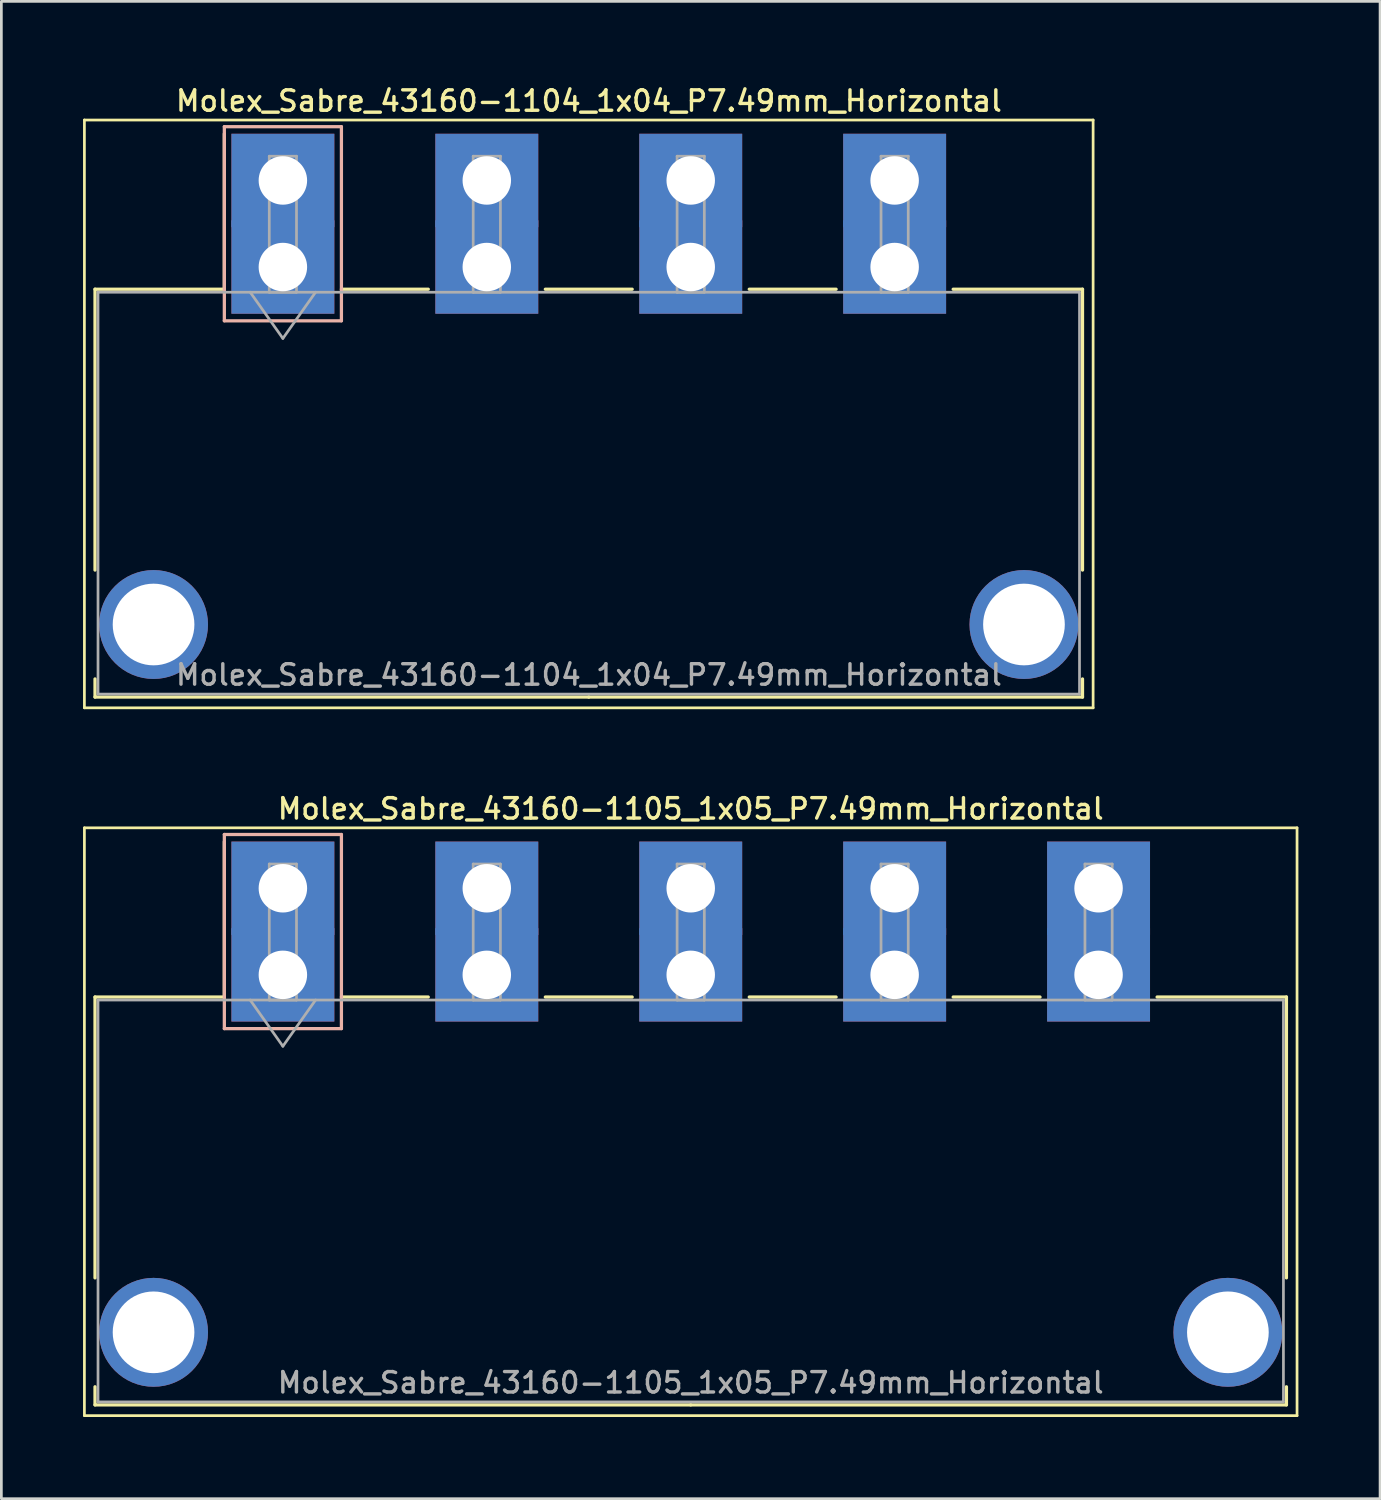
<source format=kicad_pcb>
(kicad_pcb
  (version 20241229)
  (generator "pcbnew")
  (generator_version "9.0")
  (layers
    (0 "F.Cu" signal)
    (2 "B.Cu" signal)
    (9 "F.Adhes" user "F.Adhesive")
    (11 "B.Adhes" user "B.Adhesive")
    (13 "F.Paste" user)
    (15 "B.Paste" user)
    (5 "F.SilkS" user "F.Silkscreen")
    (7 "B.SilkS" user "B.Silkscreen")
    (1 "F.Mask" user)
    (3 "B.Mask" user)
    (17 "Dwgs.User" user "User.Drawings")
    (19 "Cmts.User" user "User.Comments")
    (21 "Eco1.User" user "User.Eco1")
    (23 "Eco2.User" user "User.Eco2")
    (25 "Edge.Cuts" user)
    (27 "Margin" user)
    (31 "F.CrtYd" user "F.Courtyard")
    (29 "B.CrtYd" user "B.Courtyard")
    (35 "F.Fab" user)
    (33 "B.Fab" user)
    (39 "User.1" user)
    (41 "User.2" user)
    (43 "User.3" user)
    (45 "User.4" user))
  (footprint "Molex_Sabre_43160-1104_1x04_P7.49mm_Horizontal"
    (layer "F.Cu")
    (at 7.34 6.758)
    (property "Reference" "Molex_Sabre_43160-1104_1x04_P7.49mm_Horizontal" (at 11.24 -6.1 0) (layer "F.SilkS") (effects (font (size 0.75 0.75) (thickness 0.125))))
    (attr through_hole)
    (fp_line (start -7.29 -5.4) (end -7.29 16.19) (stroke (width 0.1) (type solid)) (layer "F.SilkS"))
    (fp_line (start -7.29 16.19) (end 29.76 16.19) (stroke (width 0.1) (type solid)) (layer "F.SilkS"))
    (fp_line (start -6.9 0.815) (end -6.9 11.13) (stroke (width 0.12) (type solid)) (layer "F.SilkS"))
    (fp_line (start -6.9 15.13) (end -6.9 15.795) (stroke (width 0.12) (type solid)) (layer "F.SilkS"))
    (fp_line (start -6.9 15.795) (end 11.235 15.795) (stroke (width 0.12) (type solid)) (layer "F.SilkS"))
    (fp_line (start -2.15 0.815) (end -6.9 0.815) (stroke (width 0.12) (type solid)) (layer "F.SilkS"))
    (fp_line (start -2.15 0.815) (end -2.15 -4.895) (stroke (width 0.12) (type solid)) (layer "F.SilkS"))
    (fp_line (start 2.15 0.815) (end 5.34 0.815) (stroke (width 0.12) (type solid)) (layer "F.SilkS"))
    (fp_line (start 9.64 0.815) (end 12.83 0.815) (stroke (width 0.12) (type solid)) (layer "F.SilkS"))
    (fp_line (start 17.13 0.815) (end 20.32 0.815) (stroke (width 0.12) (type solid)) (layer "F.SilkS"))
    (fp_line (start 24.62 0.815) (end 29.37 0.815) (stroke (width 0.12) (type solid)) (layer "F.SilkS"))
    (fp_line (start 29.37 0.815) (end 29.37 11.13) (stroke (width 0.12) (type solid)) (layer "F.SilkS"))
    (fp_line (start 29.37 15.13) (end 29.37 15.795) (stroke (width 0.12) (type solid)) (layer "F.SilkS"))
    (fp_line (start 29.37 15.795) (end 11.235 15.795) (stroke (width 0.12) (type solid)) (layer "F.SilkS"))
    (fp_line (start 29.76 -5.4) (end -7.29 -5.4) (stroke (width 0.1) (type solid)) (layer "F.SilkS"))
    (fp_line (start 29.76 16.19) (end 29.76 -5.4) (stroke (width 0.1) (type solid)) (layer "F.SilkS"))
    (fp_line (start -2.15 -5.155) (end -2.15 1.975) (stroke (width 0.12) (type solid)) (layer "B.SilkS"))
    (fp_line (start -2.15 1.975) (end 2.15 1.975) (stroke (width 0.12) (type solid)) (layer "B.SilkS"))
    (fp_line (start 2.15 -5.155) (end -2.15 -5.155) (stroke (width 0.12) (type solid)) (layer "B.SilkS"))
    (fp_line (start 2.15 1.975) (end 2.15 -5.155) (stroke (width 0.12) (type solid)) (layer "B.SilkS"))
    (fp_line (start -6.79 0.925) (end -6.79 15.685) (stroke (width 0.1) (type solid)) (layer "F.Fab"))
    (fp_line (start -6.79 15.685) (end 29.26 15.685) (stroke (width 0.1) (type solid)) (layer "F.Fab"))
    (fp_line (start -1.2 0.925) (end 0 2.622) (stroke (width 0.1) (type solid)) (layer "F.Fab"))
    (fp_line (start -0.5 -4.07) (end 0.5 -4.07) (stroke (width 0.1) (type solid)) (layer "F.Fab"))
    (fp_line (start -0.5 0.925) (end -0.5 -4.07) (stroke (width 0.1) (type solid)) (layer "F.Fab"))
    (fp_line (start 0 2.622) (end 1.2 0.925) (stroke (width 0.1) (type solid)) (layer "F.Fab"))
    (fp_line (start 0.5 -4.07) (end 0.5 0.925) (stroke (width 0.1) (type solid)) (layer "F.Fab"))
    (fp_line (start 0.5 0.925) (end -0.5 0.925) (stroke (width 0.1) (type solid)) (layer "F.Fab"))
    (fp_line (start 6.99 -4.07) (end 7.99 -4.07) (stroke (width 0.1) (type solid)) (layer "F.Fab"))
    (fp_line (start 6.99 0.925) (end 6.99 -4.07) (stroke (width 0.1) (type solid)) (layer "F.Fab"))
    (fp_line (start 7.99 -4.07) (end 7.99 0.925) (stroke (width 0.1) (type solid)) (layer "F.Fab"))
    (fp_line (start 7.99 0.925) (end 6.99 0.925) (stroke (width 0.1) (type solid)) (layer "F.Fab"))
    (fp_line (start 14.48 -4.07) (end 15.48 -4.07) (stroke (width 0.1) (type solid)) (layer "F.Fab"))
    (fp_line (start 14.48 0.925) (end 14.48 -4.07) (stroke (width 0.1) (type solid)) (layer "F.Fab"))
    (fp_line (start 15.48 -4.07) (end 15.48 0.925) (stroke (width 0.1) (type solid)) (layer "F.Fab"))
    (fp_line (start 15.48 0.925) (end 14.48 0.925) (stroke (width 0.1) (type solid)) (layer "F.Fab"))
    (fp_line (start 21.97 -4.07) (end 22.97 -4.07) (stroke (width 0.1) (type solid)) (layer "F.Fab"))
    (fp_line (start 21.97 0.925) (end 21.97 -4.07) (stroke (width 0.1) (type solid)) (layer "F.Fab"))
    (fp_line (start 22.97 -4.07) (end 22.97 0.925) (stroke (width 0.1) (type solid)) (layer "F.Fab"))
    (fp_line (start 22.97 0.925) (end 21.97 0.925) (stroke (width 0.1) (type solid)) (layer "F.Fab"))
    (fp_line (start 29.26 0.925) (end -6.79 0.925) (stroke (width 0.1) (type solid)) (layer "F.Fab"))
    (fp_line (start 29.26 15.685) (end 29.26 0.925) (stroke (width 0.1) (type solid)) (layer "F.Fab"))
    (fp_text user "${REFERENCE}" (at 11.24 14.98 0) (layer "F.Fab") (effects (font (size 0.75 0.75) (thickness 0.125))))
    (pad "" thru_hole circle (at -4.75 13.13) (size 4 4) (drill 3) (layers "*.Cu" "*.Mask"))
    (pad "" thru_hole circle (at 27.22 13.13) (size 4 4) (drill 3) (layers "*.Cu" "*.Mask"))
    (pad "1" thru_hole rect (at 0 -3.18) (size 3.78 3.43) (drill 1.78) (layers "*.Cu" "*.Mask"))
    (pad "1" thru_hole rect (at 0 0) (size 3.78 3.43) (drill 1.78) (layers "*.Cu" "*.Mask"))
    (pad "2" thru_hole rect (at 7.49 -3.18) (size 3.78 3.43) (drill 1.78) (layers "*.Cu" "*.Mask"))
    (pad "2" thru_hole rect (at 7.49 0) (size 3.78 3.43) (drill 1.78) (layers "*.Cu" "*.Mask"))
    (pad "3" thru_hole rect (at 14.98 -3.18) (size 3.78 3.43) (drill 1.78) (layers "*.Cu" "*.Mask"))
    (pad "3" thru_hole rect (at 14.98 0) (size 3.78 3.43) (drill 1.78) (layers "*.Cu" "*.Mask"))
    (pad "4" thru_hole rect (at 22.47 -3.18) (size 3.78 3.43) (drill 1.78) (layers "*.Cu" "*.Mask"))
    (pad "4" thru_hole rect (at 22.47 0) (size 3.78 3.43) (drill 1.78) (layers "*.Cu" "*.Mask")))
  (footprint "Molex_Sabre_43160-1105_1x05_P7.49mm_Horizontal"
    (layer "F.Cu")
    (at 7.34 32.756)
    (property "Reference" "Molex_Sabre_43160-1105_1x05_P7.49mm_Horizontal" (at 14.98 -6.1 0) (layer "F.SilkS") (effects (font (size 0.75 0.75) (thickness 0.125))))
    (attr through_hole)
    (fp_line (start -7.29 -5.4) (end -7.29 16.19) (stroke (width 0.1) (type solid)) (layer "F.SilkS"))
    (fp_line (start -7.29 16.19) (end 37.25 16.19) (stroke (width 0.1) (type solid)) (layer "F.SilkS"))
    (fp_line (start -6.9 0.815) (end -6.9 11.13) (stroke (width 0.12) (type solid)) (layer "F.SilkS"))
    (fp_line (start -6.9 15.13) (end -6.9 15.795) (stroke (width 0.12) (type solid)) (layer "F.SilkS"))
    (fp_line (start -6.9 15.795) (end 14.98 15.795) (stroke (width 0.12) (type solid)) (layer "F.SilkS"))
    (fp_line (start -2.15 0.815) (end -6.9 0.815) (stroke (width 0.12) (type solid)) (layer "F.SilkS"))
    (fp_line (start -2.15 0.815) (end -2.15 -4.895) (stroke (width 0.12) (type solid)) (layer "F.SilkS"))
    (fp_line (start 2.15 0.815) (end 5.34 0.815) (stroke (width 0.12) (type solid)) (layer "F.SilkS"))
    (fp_line (start 9.64 0.815) (end 12.83 0.815) (stroke (width 0.12) (type solid)) (layer "F.SilkS"))
    (fp_line (start 17.13 0.815) (end 20.32 0.815) (stroke (width 0.12) (type solid)) (layer "F.SilkS"))
    (fp_line (start 24.62 0.815) (end 27.81 0.815) (stroke (width 0.12) (type solid)) (layer "F.SilkS"))
    (fp_line (start 32.11 0.815) (end 36.86 0.815) (stroke (width 0.12) (type solid)) (layer "F.SilkS"))
    (fp_line (start 36.86 0.815) (end 36.86 11.13) (stroke (width 0.12) (type solid)) (layer "F.SilkS"))
    (fp_line (start 36.86 15.13) (end 36.86 15.795) (stroke (width 0.12) (type solid)) (layer "F.SilkS"))
    (fp_line (start 36.86 15.795) (end 14.98 15.795) (stroke (width 0.12) (type solid)) (layer "F.SilkS"))
    (fp_line (start 37.25 -5.4) (end -7.29 -5.4) (stroke (width 0.1) (type solid)) (layer "F.SilkS"))
    (fp_line (start 37.25 16.19) (end 37.25 -5.4) (stroke (width 0.1) (type solid)) (layer "F.SilkS"))
    (fp_line (start -2.15 -5.155) (end -2.15 1.975) (stroke (width 0.12) (type solid)) (layer "B.SilkS"))
    (fp_line (start -2.15 1.975) (end 2.15 1.975) (stroke (width 0.12) (type solid)) (layer "B.SilkS"))
    (fp_line (start 2.15 -5.155) (end -2.15 -5.155) (stroke (width 0.12) (type solid)) (layer "B.SilkS"))
    (fp_line (start 2.15 1.975) (end 2.15 -5.155) (stroke (width 0.12) (type solid)) (layer "B.SilkS"))
    (fp_line (start -6.79 0.925) (end -6.79 15.685) (stroke (width 0.1) (type solid)) (layer "F.Fab"))
    (fp_line (start -6.79 15.685) (end 36.75 15.685) (stroke (width 0.1) (type solid)) (layer "F.Fab"))
    (fp_line (start -1.2 0.925) (end 0 2.622) (stroke (width 0.1) (type solid)) (layer "F.Fab"))
    (fp_line (start -0.5 -4.07) (end 0.5 -4.07) (stroke (width 0.1) (type solid)) (layer "F.Fab"))
    (fp_line (start -0.5 0.925) (end -0.5 -4.07) (stroke (width 0.1) (type solid)) (layer "F.Fab"))
    (fp_line (start 0 2.622) (end 1.2 0.925) (stroke (width 0.1) (type solid)) (layer "F.Fab"))
    (fp_line (start 0.5 -4.07) (end 0.5 0.925) (stroke (width 0.1) (type solid)) (layer "F.Fab"))
    (fp_line (start 0.5 0.925) (end -0.5 0.925) (stroke (width 0.1) (type solid)) (layer "F.Fab"))
    (fp_line (start 6.99 -4.07) (end 7.99 -4.07) (stroke (width 0.1) (type solid)) (layer "F.Fab"))
    (fp_line (start 6.99 0.925) (end 6.99 -4.07) (stroke (width 0.1) (type solid)) (layer "F.Fab"))
    (fp_line (start 7.99 -4.07) (end 7.99 0.925) (stroke (width 0.1) (type solid)) (layer "F.Fab"))
    (fp_line (start 7.99 0.925) (end 6.99 0.925) (stroke (width 0.1) (type solid)) (layer "F.Fab"))
    (fp_line (start 14.48 -4.07) (end 15.48 -4.07) (stroke (width 0.1) (type solid)) (layer "F.Fab"))
    (fp_line (start 14.48 0.925) (end 14.48 -4.07) (stroke (width 0.1) (type solid)) (layer "F.Fab"))
    (fp_line (start 15.48 -4.07) (end 15.48 0.925) (stroke (width 0.1) (type solid)) (layer "F.Fab"))
    (fp_line (start 15.48 0.925) (end 14.48 0.925) (stroke (width 0.1) (type solid)) (layer "F.Fab"))
    (fp_line (start 21.97 -4.07) (end 22.97 -4.07) (stroke (width 0.1) (type solid)) (layer "F.Fab"))
    (fp_line (start 21.97 0.925) (end 21.97 -4.07) (stroke (width 0.1) (type solid)) (layer "F.Fab"))
    (fp_line (start 22.97 -4.07) (end 22.97 0.925) (stroke (width 0.1) (type solid)) (layer "F.Fab"))
    (fp_line (start 22.97 0.925) (end 21.97 0.925) (stroke (width 0.1) (type solid)) (layer "F.Fab"))
    (fp_line (start 29.46 -4.07) (end 30.46 -4.07) (stroke (width 0.1) (type solid)) (layer "F.Fab"))
    (fp_line (start 29.46 0.925) (end 29.46 -4.07) (stroke (width 0.1) (type solid)) (layer "F.Fab"))
    (fp_line (start 30.46 -4.07) (end 30.46 0.925) (stroke (width 0.1) (type solid)) (layer "F.Fab"))
    (fp_line (start 30.46 0.925) (end 29.46 0.925) (stroke (width 0.1) (type solid)) (layer "F.Fab"))
    (fp_line (start 36.75 0.925) (end -6.79 0.925) (stroke (width 0.1) (type solid)) (layer "F.Fab"))
    (fp_line (start 36.75 15.685) (end 36.75 0.925) (stroke (width 0.1) (type solid)) (layer "F.Fab"))
    (fp_text user "${REFERENCE}" (at 14.98 14.98 0) (layer "F.Fab") (effects (font (size 0.75 0.75) (thickness 0.125))))
    (pad "" thru_hole circle (at -4.75 13.13) (size 4 4) (drill 3) (layers "*.Cu" "*.Mask"))
    (pad "" thru_hole circle (at 34.71 13.13) (size 4 4) (drill 3) (layers "*.Cu" "*.Mask"))
    (pad "1" thru_hole rect (at 0 -3.18) (size 3.78 3.43) (drill 1.78) (layers "*.Cu" "*.Mask"))
    (pad "1" thru_hole rect (at 0 0) (size 3.78 3.43) (drill 1.78) (layers "*.Cu" "*.Mask"))
    (pad "2" thru_hole rect (at 7.49 -3.18) (size 3.78 3.43) (drill 1.78) (layers "*.Cu" "*.Mask"))
    (pad "2" thru_hole rect (at 7.49 0) (size 3.78 3.43) (drill 1.78) (layers "*.Cu" "*.Mask"))
    (pad "3" thru_hole rect (at 14.98 -3.18) (size 3.78 3.43) (drill 1.78) (layers "*.Cu" "*.Mask"))
    (pad "3" thru_hole rect (at 14.98 0) (size 3.78 3.43) (drill 1.78) (layers "*.Cu" "*.Mask"))
    (pad "4" thru_hole rect (at 22.47 -3.18) (size 3.78 3.43) (drill 1.78) (layers "*.Cu" "*.Mask"))
    (pad "4" thru_hole rect (at 22.47 0) (size 3.78 3.43) (drill 1.78) (layers "*.Cu" "*.Mask"))
    (pad "5" thru_hole rect (at 29.96 -3.18) (size 3.78 3.43) (drill 1.78) (layers "*.Cu" "*.Mask"))
    (pad "5" thru_hole rect (at 29.96 0) (size 3.78 3.43) (drill 1.78) (layers "*.Cu" "*.Mask")))
  (gr_rect
    (start -3 -3)
    (end 47.64 51.996)
    (stroke (width 0.1) (type default))
    (fill no)
    (layer "Edge.Cuts")))
</source>
